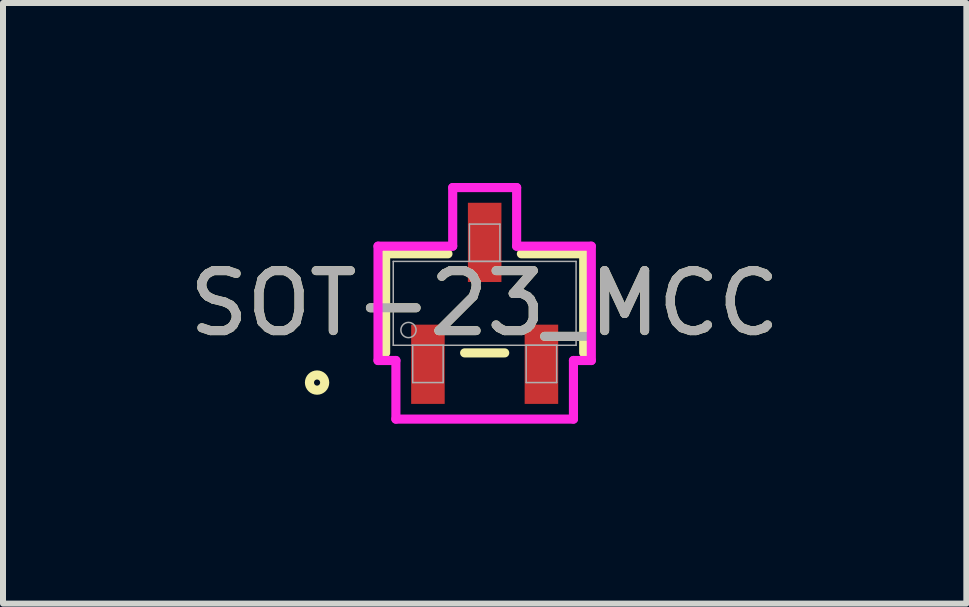
<source format=kicad_pcb>
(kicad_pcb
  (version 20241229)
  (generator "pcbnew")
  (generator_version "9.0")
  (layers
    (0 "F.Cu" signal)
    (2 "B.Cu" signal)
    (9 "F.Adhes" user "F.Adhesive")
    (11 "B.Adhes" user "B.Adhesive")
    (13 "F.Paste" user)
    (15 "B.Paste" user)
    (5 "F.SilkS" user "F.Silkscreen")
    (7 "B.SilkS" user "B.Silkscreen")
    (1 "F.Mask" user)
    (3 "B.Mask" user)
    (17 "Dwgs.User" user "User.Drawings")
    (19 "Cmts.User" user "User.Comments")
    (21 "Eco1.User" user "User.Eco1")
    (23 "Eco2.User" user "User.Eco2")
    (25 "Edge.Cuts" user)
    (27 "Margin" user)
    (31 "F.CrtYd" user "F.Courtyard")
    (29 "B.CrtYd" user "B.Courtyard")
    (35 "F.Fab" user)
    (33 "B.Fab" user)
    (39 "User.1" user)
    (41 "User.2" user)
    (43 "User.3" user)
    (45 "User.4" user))
  (footprint "SOT-23_MCC"
    (layer "F.Cu")
    (at 5.03 2.007)
    (property "Reference" "SOT-23_MCC" (at 0 0 0) (unlocked yes) (layer "F.SilkS") (effects (font (size 1 1) (thickness 0.15))))
    (attr smd)
    (fp_line (start -1.651 -0.826) (end -1.651 0.826) (stroke (width 0.152) (type solid)) (layer "F.SilkS"))
    (fp_line (start -0.612 -0.826) (end -1.651 -0.826) (stroke (width 0.152) (type solid)) (layer "F.SilkS"))
    (fp_line (start -0.334 0.826) (end 0.334 0.826) (stroke (width 0.152) (type solid)) (layer "F.SilkS"))
    (fp_line (start 1.651 -0.826) (end 0.612 -0.826) (stroke (width 0.152) (type solid)) (layer "F.SilkS"))
    (fp_line (start 1.651 0.826) (end 1.651 -0.826) (stroke (width 0.152) (type solid)) (layer "F.SilkS"))
    (fp_circle (center -2.794 1.321) (end -2.667 1.321) (stroke (width 0.152) (type solid)) (fill no) (layer "F.SilkS"))
    (fp_line (start -1.778 -0.953) (end -0.533 -0.953) (stroke (width 0.152) (type solid)) (layer "F.CrtYd"))
    (fp_line (start -1.778 0.953) (end -1.778 -0.953) (stroke (width 0.152) (type solid)) (layer "F.CrtYd"))
    (fp_line (start -1.778 0.953) (end -1.48 0.953) (stroke (width 0.152) (type solid)) (layer "F.CrtYd"))
    (fp_line (start -1.48 0.953) (end -1.48 1.93) (stroke (width 0.152) (type solid)) (layer "F.CrtYd"))
    (fp_line (start -1.48 1.93) (end 1.48 1.93) (stroke (width 0.152) (type solid)) (layer "F.CrtYd"))
    (fp_line (start -0.533 -1.93) (end 0.533 -1.93) (stroke (width 0.152) (type solid)) (layer "F.CrtYd"))
    (fp_line (start -0.533 -0.953) (end -0.533 -1.93) (stroke (width 0.152) (type solid)) (layer "F.CrtYd"))
    (fp_line (start 0.533 -0.953) (end 0.533 -1.93) (stroke (width 0.152) (type solid)) (layer "F.CrtYd"))
    (fp_line (start 1.48 0.953) (end 1.48 1.93) (stroke (width 0.152) (type solid)) (layer "F.CrtYd"))
    (fp_line (start 1.778 -0.953) (end 0.533 -0.953) (stroke (width 0.152) (type solid)) (layer "F.CrtYd"))
    (fp_line (start 1.778 -0.953) (end 1.778 0.953) (stroke (width 0.152) (type solid)) (layer "F.CrtYd"))
    (fp_line (start 1.778 0.953) (end 1.48 0.953) (stroke (width 0.152) (type solid)) (layer "F.CrtYd"))
    (fp_line (start -1.524 -0.699) (end -1.524 0.699) (stroke (width 0.025) (type solid)) (layer "F.Fab"))
    (fp_line (start -1.524 0.699) (end 1.524 0.699) (stroke (width 0.025) (type solid)) (layer "F.Fab"))
    (fp_line (start -1.2 0.699) (end -1.2 1.321) (stroke (width 0.025) (type solid)) (layer "F.Fab"))
    (fp_line (start -1.2 1.321) (end -0.692 1.321) (stroke (width 0.025) (type solid)) (layer "F.Fab"))
    (fp_line (start -0.692 0.699) (end -1.2 0.699) (stroke (width 0.025) (type solid)) (layer "F.Fab"))
    (fp_line (start -0.692 1.321) (end -0.692 0.699) (stroke (width 0.025) (type solid)) (layer "F.Fab"))
    (fp_line (start -0.254 -1.321) (end -0.254 -0.699) (stroke (width 0.025) (type solid)) (layer "F.Fab"))
    (fp_line (start -0.254 -0.699) (end 0.254 -0.699) (stroke (width 0.025) (type solid)) (layer "F.Fab"))
    (fp_line (start 0.254 -1.321) (end -0.254 -1.321) (stroke (width 0.025) (type solid)) (layer "F.Fab"))
    (fp_line (start 0.254 -0.699) (end 0.254 -1.321) (stroke (width 0.025) (type solid)) (layer "F.Fab"))
    (fp_line (start 0.692 0.699) (end 0.692 1.321) (stroke (width 0.025) (type solid)) (layer "F.Fab"))
    (fp_line (start 0.692 1.321) (end 1.2 1.321) (stroke (width 0.025) (type solid)) (layer "F.Fab"))
    (fp_line (start 1.2 0.699) (end 0.692 0.699) (stroke (width 0.025) (type solid)) (layer "F.Fab"))
    (fp_line (start 1.2 1.321) (end 1.2 0.699) (stroke (width 0.025) (type solid)) (layer "F.Fab"))
    (fp_line (start 1.524 -0.699) (end -1.524 -0.699) (stroke (width 0.025) (type solid)) (layer "F.Fab"))
    (fp_line (start 1.524 0.699) (end 1.524 -0.699) (stroke (width 0.025) (type solid)) (layer "F.Fab"))
    (fp_circle (center -1.27 0.445) (end -1.143 0.445) (stroke (width 0.025) (type solid)) (fill no) (layer "F.Fab"))
    (fp_text user "${REFERENCE}" (at 0 0 0) (unlocked yes) (layer "F.Fab") (effects (font (size 1 1) (thickness 0.15))))
    (pad "1" smd rect (at -0.946 1.016) (size 0.559 1.321) (layers "F.Cu" "F.Mask" "F.Paste"))
    (pad "2" smd rect (at 0.946 1.016) (size 0.559 1.321) (layers "F.Cu" "F.Mask" "F.Paste"))
    (pad "3" smd rect (at 0 -1.016) (size 0.559 1.321) (layers "F.Cu" "F.Mask" "F.Paste")))
  (gr_rect
    (start -3 -3)
    (end 13.06 7.013)
    (stroke (width 0.1) (type default))
    (fill no)
    (layer "Edge.Cuts")))
</source>
